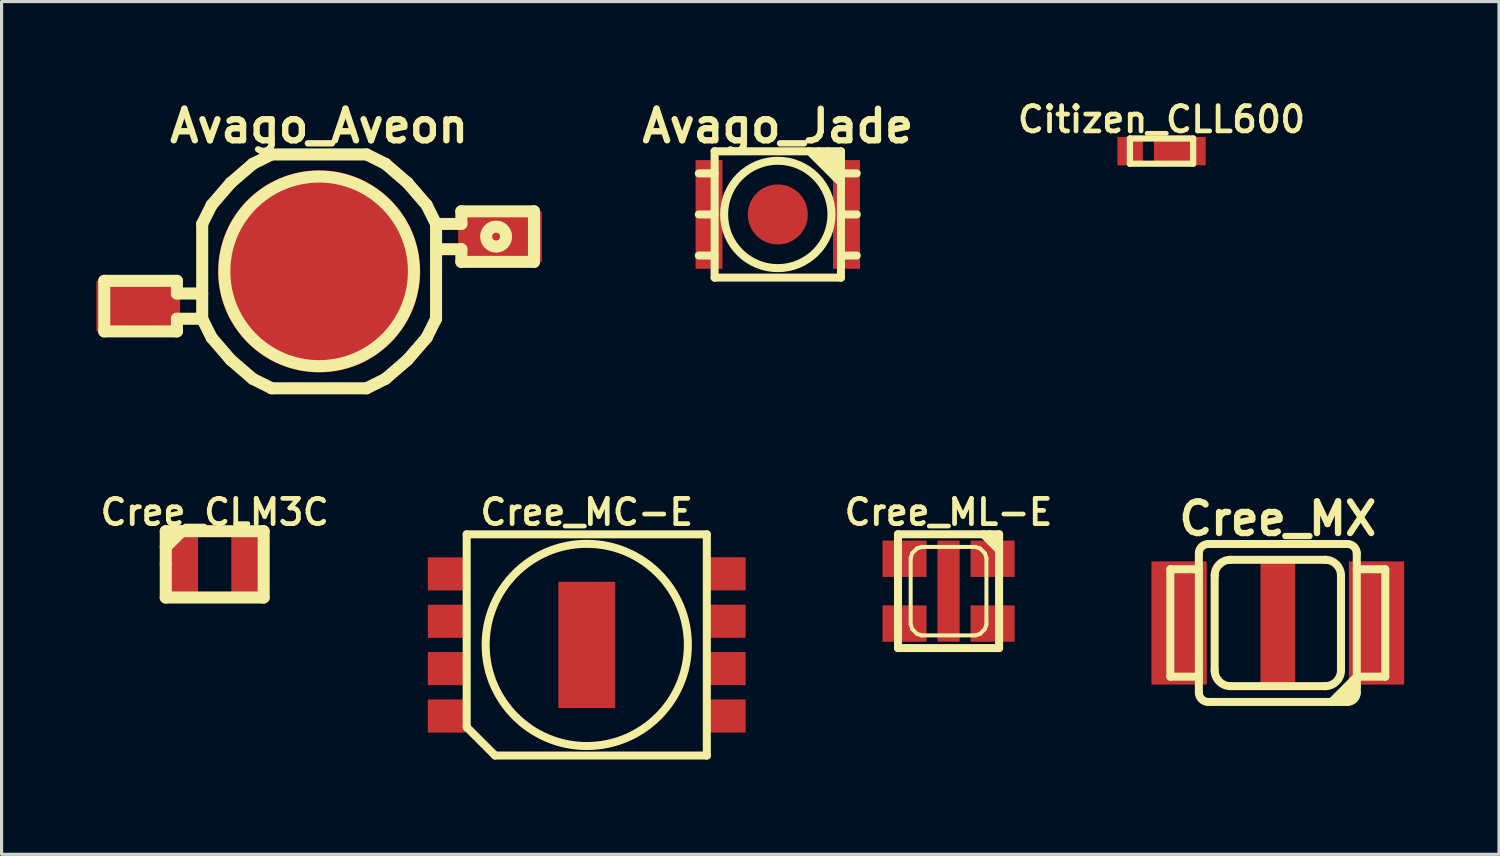
<source format=kicad_pcb>
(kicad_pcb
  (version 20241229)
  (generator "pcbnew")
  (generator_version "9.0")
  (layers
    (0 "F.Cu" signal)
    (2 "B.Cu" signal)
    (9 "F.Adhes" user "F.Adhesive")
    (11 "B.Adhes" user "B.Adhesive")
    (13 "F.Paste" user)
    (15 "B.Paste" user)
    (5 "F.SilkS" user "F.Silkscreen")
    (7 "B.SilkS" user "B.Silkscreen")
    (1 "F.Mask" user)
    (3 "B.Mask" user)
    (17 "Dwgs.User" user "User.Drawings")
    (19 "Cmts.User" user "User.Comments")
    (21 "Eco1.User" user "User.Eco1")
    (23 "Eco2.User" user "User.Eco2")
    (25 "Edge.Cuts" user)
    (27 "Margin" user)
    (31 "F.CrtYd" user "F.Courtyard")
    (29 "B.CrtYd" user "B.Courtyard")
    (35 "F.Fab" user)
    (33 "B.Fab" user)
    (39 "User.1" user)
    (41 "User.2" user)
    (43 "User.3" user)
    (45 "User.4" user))
  (footprint "Avago_Jade"
    (layer "F.Cu")
    (at 21.566 3.737)
    (property "Reference" "Avago_Jade" (at 0 -2.799 0) (layer "F.SilkS") (effects (font (size 1.001 1.001) (thickness 0.201))))
    (attr smd)
    (fp_line (start -1.999 -1.999) (end 1.999 -1.999) (stroke (width 0.254) (type solid)) (layer "F.SilkS"))
    (fp_line (start -1.999 -1.3) (end -2.499 -1.3) (stroke (width 0.254) (type solid)) (layer "F.SilkS"))
    (fp_line (start -1.999 0) (end -2.499 0) (stroke (width 0.254) (type solid)) (layer "F.SilkS"))
    (fp_line (start -1.999 1.3) (end -2.499 1.3) (stroke (width 0.254) (type solid)) (layer "F.SilkS"))
    (fp_line (start -1.999 1.999) (end -1.999 -1.999) (stroke (width 0.254) (type solid)) (layer "F.SilkS"))
    (fp_line (start 1.3 -1.999) (end 1.999 -1.3) (stroke (width 0.254) (type solid)) (layer "F.SilkS"))
    (fp_line (start 1.6 -1.999) (end 1.999 -1.6) (stroke (width 0.254) (type solid)) (layer "F.SilkS"))
    (fp_line (start 1.999 -1.999) (end 1.999 1.999) (stroke (width 0.254) (type solid)) (layer "F.SilkS"))
    (fp_line (start 1.999 -1.001) (end 1.001 -1.999) (stroke (width 0.254) (type solid)) (layer "F.SilkS"))
    (fp_line (start 1.999 1.999) (end -1.999 1.999) (stroke (width 0.254) (type solid)) (layer "F.SilkS"))
    (fp_line (start 2.499 -1.3) (end 1.999 -1.3) (stroke (width 0.254) (type solid)) (layer "F.SilkS"))
    (fp_line (start 2.499 0) (end 1.999 0) (stroke (width 0.254) (type solid)) (layer "F.SilkS"))
    (fp_line (start 2.499 1.3) (end 1.999 1.3) (stroke (width 0.254) (type solid)) (layer "F.SilkS"))
    (fp_circle (center 0 0) (end -1.699 0) (stroke (width 0.254) (type solid)) (fill no) (layer "F.SilkS"))
    (pad "1" smd rect (at -2.177 0) (size 0.851 3.439) (layers "F.Cu" "F.Mask" "F.Paste"))
    (pad "2" smd rect (at 2.174 0) (size 0.851 3.439) (layers "F.Cu" "F.Mask" "F.Paste"))
    (pad "3" smd circle (at 0 0) (size 1.9 1.9) (layers "F.Cu" "F.Mask" "F.Paste")))
  (footprint "Avago_Aveon"
    (layer "F.Cu")
    (at 7.05 5.538)
    (property "Reference" "Avago_Aveon" (at 0 -4.6 0) (layer "F.SilkS") (effects (font (size 1.001 1.001) (thickness 0.201))))
    (attr smd)
    (fp_line (start -6.8 0.3) (end -4.501 0.3) (stroke (width 0.381) (type solid)) (layer "F.SilkS"))
    (fp_line (start -6.8 1.9) (end -6.8 0.3) (stroke (width 0.381) (type solid)) (layer "F.SilkS"))
    (fp_line (start -6.8 1.9) (end -4.501 1.9) (stroke (width 0.381) (type solid)) (layer "F.SilkS"))
    (fp_line (start -4.501 0.3) (end -4.501 0.701) (stroke (width 0.381) (type solid)) (layer "F.SilkS"))
    (fp_line (start -4.501 0.701) (end -3.701 0.701) (stroke (width 0.381) (type solid)) (layer "F.SilkS"))
    (fp_line (start -4.501 1.501) (end -3.701 1.501) (stroke (width 0.381) (type solid)) (layer "F.SilkS"))
    (fp_line (start -4.501 1.9) (end -4.501 1.501) (stroke (width 0.381) (type solid)) (layer "F.SilkS"))
    (fp_line (start -3.701 -1.501) (end -3.401 -2.101) (stroke (width 0.381) (type solid)) (layer "F.SilkS"))
    (fp_line (start -3.701 1.501) (end -3.701 -1.501) (stroke (width 0.381) (type solid)) (layer "F.SilkS"))
    (fp_line (start -3.701 1.501) (end -3.401 2.101) (stroke (width 0.381) (type solid)) (layer "F.SilkS"))
    (fp_line (start -3.401 -2.101) (end -2.799 -2.799) (stroke (width 0.381) (type solid)) (layer "F.SilkS"))
    (fp_line (start -2.799 -2.799) (end -2.101 -3.401) (stroke (width 0.381) (type solid)) (layer "F.SilkS"))
    (fp_line (start -2.799 2.799) (end -3.401 2.101) (stroke (width 0.381) (type solid)) (layer "F.SilkS"))
    (fp_line (start -2.101 -3.401) (end -1.501 -3.701) (stroke (width 0.381) (type solid)) (layer "F.SilkS"))
    (fp_line (start -2.101 3.401) (end -2.799 2.799) (stroke (width 0.381) (type solid)) (layer "F.SilkS"))
    (fp_line (start -1.501 -3.701) (end 1.501 -3.701) (stroke (width 0.381) (type solid)) (layer "F.SilkS"))
    (fp_line (start -1.501 3.701) (end -2.101 3.401) (stroke (width 0.381) (type solid)) (layer "F.SilkS"))
    (fp_line (start 1.501 -3.701) (end 2.101 -3.401) (stroke (width 0.381) (type solid)) (layer "F.SilkS"))
    (fp_line (start 1.501 3.701) (end -1.501 3.701) (stroke (width 0.381) (type solid)) (layer "F.SilkS"))
    (fp_line (start 1.501 3.701) (end 2.101 3.401) (stroke (width 0.381) (type solid)) (layer "F.SilkS"))
    (fp_line (start 2.101 -3.401) (end 2.799 -2.799) (stroke (width 0.381) (type solid)) (layer "F.SilkS"))
    (fp_line (start 2.799 -2.799) (end 3.401 -2.101) (stroke (width 0.381) (type solid)) (layer "F.SilkS"))
    (fp_line (start 2.799 2.799) (end 2.101 3.401) (stroke (width 0.381) (type solid)) (layer "F.SilkS"))
    (fp_line (start 3.401 2.101) (end 2.799 2.799) (stroke (width 0.381) (type solid)) (layer "F.SilkS"))
    (fp_line (start 3.701 -1.501) (end 3.401 -2.101) (stroke (width 0.381) (type solid)) (layer "F.SilkS"))
    (fp_line (start 3.701 -1.501) (end 3.701 1.501) (stroke (width 0.381) (type solid)) (layer "F.SilkS"))
    (fp_line (start 3.701 1.501) (end 3.401 2.101) (stroke (width 0.381) (type solid)) (layer "F.SilkS"))
    (fp_line (start 4.501 -1.9) (end 4.501 -1.501) (stroke (width 0.381) (type solid)) (layer "F.SilkS"))
    (fp_line (start 4.501 -1.501) (end 3.701 -1.501) (stroke (width 0.381) (type solid)) (layer "F.SilkS"))
    (fp_line (start 4.501 -0.701) (end 3.701 -0.701) (stroke (width 0.381) (type solid)) (layer "F.SilkS"))
    (fp_line (start 4.501 -0.3) (end 4.501 -0.701) (stroke (width 0.381) (type solid)) (layer "F.SilkS"))
    (fp_line (start 6.8 -1.9) (end 4.501 -1.9) (stroke (width 0.381) (type solid)) (layer "F.SilkS"))
    (fp_line (start 6.8 -1.9) (end 6.8 -0.3) (stroke (width 0.381) (type solid)) (layer "F.SilkS"))
    (fp_line (start 6.8 -0.3) (end 4.501 -0.3) (stroke (width 0.381) (type solid)) (layer "F.SilkS"))
    (fp_circle (center 0 0) (end -3 0) (stroke (width 0.381) (type solid)) (fill no) (layer "F.SilkS"))
    (fp_circle (center 5.601 -1.1) (end 5.301 -1.001) (stroke (width 0.381) (type solid)) (fill no) (layer "F.SilkS"))
    (pad "1" smd rect (at -5.725 1.1) (size 2.649 1.6) (layers "F.Cu" "F.Mask" "F.Paste"))
    (pad "2" smd rect (at 5.725 -1.1) (size 2.649 1.6) (layers "F.Cu" "F.Mask" "F.Paste"))
    (pad "3" smd circle (at 0 0) (size 6.401 6.401) (layers "F.Cu" "F.Mask" "F.Paste")))
  (footprint "Citizen_CLL600"
    (layer "F.Cu")
    (at 33.71 1.732)
    (property "Reference" "Citizen_CLL600" (at 0 -1.001 0) (layer "F.SilkS") (effects (font (size 0.8 0.8) (thickness 0.15))))
    (attr smd)
    (fp_line (start -1.001 -0.399) (end 1.001 -0.399) (stroke (width 0.198) (type solid)) (layer "F.SilkS"))
    (fp_line (start -1.001 0.399) (end -1.001 -0.399) (stroke (width 0.198) (type solid)) (layer "F.SilkS"))
    (fp_line (start 1.001 -0.399) (end 1.001 0.399) (stroke (width 0.198) (type solid)) (layer "F.SilkS"))
    (fp_line (start 1.001 0.399) (end -1.001 0.399) (stroke (width 0.198) (type solid)) (layer "F.SilkS"))
    (pad "1" smd rect (at -0.993 0) (size 0.805 0.899) (layers "F.Cu" "F.Mask" "F.Paste"))
    (pad "2" smd rect (at 0.579 0) (size 1.638 0.899) (layers "F.Cu" "F.Mask" "F.Paste")))
  (footprint "Cree_MC-E"
    (layer "F.Cu")
    (at 15.52 17.361)
    (property "Reference" "Cree_MC-E" (at 0 -4.201 0) (layer "F.SilkS") (effects (font (size 0.8 0.8) (thickness 0.15))))
    (attr smd)
    (fp_line (start -3.8 2.601) (end -3.8 -3.5) (stroke (width 0.254) (type solid)) (layer "F.SilkS"))
    (fp_line (start -2.901 3.5) (end -3.8 2.601) (stroke (width 0.254) (type solid)) (layer "F.SilkS"))
    (fp_line (start -2.901 3.5) (end 3.8 3.5) (stroke (width 0.254) (type solid)) (layer "F.SilkS"))
    (fp_line (start 3.8 -3.5) (end -3.8 -3.5) (stroke (width 0.254) (type solid)) (layer "F.SilkS"))
    (fp_line (start 3.8 3.5) (end 3.8 -3.5) (stroke (width 0.254) (type solid)) (layer "F.SilkS"))
    (fp_circle (center 0 0) (end -3.2 0) (stroke (width 0.254) (type solid)) (fill no) (layer "F.SilkS"))
    (pad "1" smd rect (at -4.43 2.25) (size 1.199 1.049) (layers "F.Cu" "F.Mask" "F.Paste"))
    (pad "2" smd rect (at -4.43 0.749) (size 1.199 1.049) (layers "F.Cu" "F.Mask" "F.Paste"))
    (pad "3" smd rect (at -4.43 -0.749) (size 1.199 1.049) (layers "F.Cu" "F.Mask" "F.Paste"))
    (pad "4" smd rect (at -4.43 -2.248) (size 1.199 1.049) (layers "F.Cu" "F.Mask" "F.Paste"))
    (pad "5" smd rect (at 4.43 -2.25) (size 1.199 1.049) (layers "F.Cu" "F.Mask" "F.Paste"))
    (pad "6" smd rect (at 4.43 -0.749) (size 1.199 1.049) (layers "F.Cu" "F.Mask" "F.Paste"))
    (pad "7" smd rect (at 4.43 0.749) (size 1.199 1.049) (layers "F.Cu" "F.Mask" "F.Paste"))
    (pad "8" smd rect (at 4.43 2.25) (size 1.199 1.049) (layers "F.Cu" "F.Mask" "F.Paste"))
    (pad "9" smd rect (at 0 0) (size 1.798 3.998) (layers "F.Cu" "F.Mask" "F.Paste")))
  (footprint "Cree_MX"
    (layer "F.Cu")
    (at 37.391 16.666)
    (property "Reference" "Cree_MX" (at 0 -3.299 0) (layer "F.SilkS") (effects (font (size 1.001 1.001) (thickness 0.201))))
    (attr smd)
    (fp_line (start -3.401 -1.699) (end -3.401 1.699) (stroke (width 0.254) (type solid)) (layer "F.SilkS"))
    (fp_line (start -3.401 1.699) (end -2.499 1.699) (stroke (width 0.254) (type solid)) (layer "F.SilkS"))
    (fp_line (start -2.499 -2.2) (end -2.499 2.2) (stroke (width 0.254) (type solid)) (layer "F.SilkS"))
    (fp_line (start -2.499 -1.699) (end -3.401 -1.699) (stroke (width 0.254) (type solid)) (layer "F.SilkS"))
    (fp_line (start -2.2 2.499) (end 2.2 2.499) (stroke (width 0.254) (type solid)) (layer "F.SilkS"))
    (fp_line (start -1.999 -1.501) (end -1.999 1.501) (stroke (width 0.254) (type solid)) (layer "F.SilkS"))
    (fp_line (start -1.501 1.999) (end 1.501 1.999) (stroke (width 0.254) (type solid)) (layer "F.SilkS"))
    (fp_line (start 1.501 -1.999) (end -1.501 -1.999) (stroke (width 0.254) (type solid)) (layer "F.SilkS"))
    (fp_line (start 1.999 1.501) (end 1.999 -1.501) (stroke (width 0.254) (type solid)) (layer "F.SilkS"))
    (fp_line (start 1.999 2.499) (end 2.499 1.999) (stroke (width 0.254) (type solid)) (layer "F.SilkS"))
    (fp_line (start 2.2 -2.499) (end -2.2 -2.499) (stroke (width 0.254) (type solid)) (layer "F.SilkS"))
    (fp_line (start 2.499 1.699) (end 1.699 2.499) (stroke (width 0.254) (type solid)) (layer "F.SilkS"))
    (fp_line (start 2.499 1.699) (end 3.401 1.699) (stroke (width 0.254) (type solid)) (layer "F.SilkS"))
    (fp_line (start 2.499 2.2) (end 2.499 -2.2) (stroke (width 0.254) (type solid)) (layer "F.SilkS"))
    (fp_line (start 3.401 -1.699) (end 2.499 -1.699) (stroke (width 0.254) (type solid)) (layer "F.SilkS"))
    (fp_line (start 3.401 1.699) (end 3.401 -1.699) (stroke (width 0.254) (type solid)) (layer "F.SilkS"))
    (fp_arc (start -2.49936 -2.19964) (mid -2.411574 -2.411574) (end -2.19964 -2.49936) (stroke (width 0.254) (type solid)) (layer "F.SilkS"))
    (fp_arc (start -2.19964 2.49936) (mid -2.411574 2.411574) (end -2.49936 2.19964) (stroke (width 0.254) (type solid)) (layer "F.SilkS"))
    (fp_arc (start -1.99898 -1.50114) (mid -1.853166 -1.853166) (end -1.50114 -1.99898) (stroke (width 0.254) (type solid)) (layer "F.SilkS"))
    (fp_arc (start -1.50114 1.99898) (mid -1.853166 1.853166) (end -1.99898 1.50114) (stroke (width 0.254) (type solid)) (layer "F.SilkS"))
    (fp_arc (start 1.50114 -1.99898) (mid 1.853166 -1.853166) (end 1.99898 -1.50114) (stroke (width 0.254) (type solid)) (layer "F.SilkS"))
    (fp_arc (start 1.99898 1.50114) (mid 1.853166 1.853166) (end 1.50114 1.99898) (stroke (width 0.254) (type solid)) (layer "F.SilkS"))
    (fp_arc (start 2.19964 -2.49936) (mid 2.411574 -2.411574) (end 2.49936 -2.19964) (stroke (width 0.254) (type solid)) (layer "F.SilkS"))
    (fp_arc (start 2.49936 2.19964) (mid 2.411574 2.411574) (end 2.19964 2.49936) (stroke (width 0.254) (type solid)) (layer "F.SilkS"))
    (pad "1" smd rect (at -3.124 0) (size 1.75 3.899) (layers "F.Cu" "F.Mask" "F.Paste"))
    (pad "2" smd rect (at 3.124 0) (size 1.75 3.899) (layers "F.Cu" "F.Mask" "F.Paste"))
    (pad "3" smd rect (at 0 0) (size 1.1 3.899) (layers "F.Cu" "F.Mask" "F.Paste")))
  (footprint "Cree_CLM3C"
    (layer "F.Cu")
    (at 3.745 14.811)
    (property "Reference" "Cree_CLM3C" (at 0 -1.651 0) (layer "F.SilkS") (effects (font (size 0.8 0.8) (thickness 0.15))))
    (attr smd)
    (fp_line (start -1.549 -1.049) (end 1.549 -1.049) (stroke (width 0.381) (type solid)) (layer "F.SilkS"))
    (fp_line (start -1.549 -0.551) (end -1.049 -1.049) (stroke (width 0.381) (type solid)) (layer "F.SilkS"))
    (fp_line (start -1.549 0) (end -1.549 -1.049) (stroke (width 0.381) (type solid)) (layer "F.SilkS"))
    (fp_line (start -1.549 1.049) (end -1.549 0) (stroke (width 0.381) (type solid)) (layer "F.SilkS"))
    (fp_line (start 1.549 -1.049) (end 1.549 1.049) (stroke (width 0.381) (type solid)) (layer "F.SilkS"))
    (fp_line (start 1.549 1.049) (end -1.549 1.049) (stroke (width 0.381) (type solid)) (layer "F.SilkS"))
    (pad "1" smd rect (at -1.125 0) (size 1.199 1.801) (layers "F.Cu" "F.Mask" "F.Paste"))
    (pad "2" smd rect (at 1.125 0) (size 1.199 1.801) (layers "F.Cu" "F.Mask" "F.Paste")))
  (footprint "Cree_ML-E"
    (layer "F.Cu")
    (at 26.97 15.659)
    (property "Reference" "Cree_ML-E" (at 0 -2.499 0) (layer "F.SilkS") (effects (font (size 0.8 0.8) (thickness 0.15))))
    (attr smd)
    (fp_line (start -1.6 -1.801) (end 1.6 -1.801) (stroke (width 0.254) (type solid)) (layer "F.SilkS"))
    (fp_line (start -1.6 1.801) (end -1.6 -1.801) (stroke (width 0.254) (type solid)) (layer "F.SilkS"))
    (fp_line (start -1.199 -1.049) (end -1.199 1.049) (stroke (width 0.127) (type solid)) (layer "F.SilkS"))
    (fp_line (start -1.199 1.049) (end -1.151 1.199) (stroke (width 0.127) (type solid)) (layer "F.SilkS"))
    (fp_line (start -1.151 -1.199) (end -1.199 -1.049) (stroke (width 0.127) (type solid)) (layer "F.SilkS"))
    (fp_line (start -1.151 1.199) (end -1.001 1.349) (stroke (width 0.127) (type solid)) (layer "F.SilkS"))
    (fp_line (start -1.001 -1.349) (end -1.151 -1.199) (stroke (width 0.127) (type solid)) (layer "F.SilkS"))
    (fp_line (start -0.851 -1.4) (end -1.001 -1.349) (stroke (width 0.127) (type solid)) (layer "F.SilkS"))
    (fp_line (start -0.851 -1.4) (end -0.8 -1.4) (stroke (width 0.127) (type solid)) (layer "F.SilkS"))
    (fp_line (start -0.851 1.4) (end -1.001 1.349) (stroke (width 0.127) (type solid)) (layer "F.SilkS"))
    (fp_line (start -0.851 1.4) (end 0.851 1.4) (stroke (width 0.127) (type solid)) (layer "F.SilkS"))
    (fp_line (start 0.851 -1.4) (end -0.851 -1.4) (stroke (width 0.127) (type solid)) (layer "F.SilkS"))
    (fp_line (start 0.851 1.4) (end 1.001 1.349) (stroke (width 0.127) (type solid)) (layer "F.SilkS"))
    (fp_line (start 1.001 -1.349) (end 0.851 -1.4) (stroke (width 0.127) (type solid)) (layer "F.SilkS"))
    (fp_line (start 1.1 -1.801) (end 1.6 -1.3) (stroke (width 0.254) (type solid)) (layer "F.SilkS"))
    (fp_line (start 1.151 -1.199) (end 1.001 -1.349) (stroke (width 0.127) (type solid)) (layer "F.SilkS"))
    (fp_line (start 1.151 1.199) (end 1.001 1.349) (stroke (width 0.127) (type solid)) (layer "F.SilkS"))
    (fp_line (start 1.199 -1.049) (end 1.151 -1.199) (stroke (width 0.127) (type solid)) (layer "F.SilkS"))
    (fp_line (start 1.199 1.049) (end 1.151 1.199) (stroke (width 0.127) (type solid)) (layer "F.SilkS"))
    (fp_line (start 1.199 1.049) (end 1.199 -1.049) (stroke (width 0.127) (type solid)) (layer "F.SilkS"))
    (fp_line (start 1.3 -1.801) (end 1.6 -1.501) (stroke (width 0.254) (type solid)) (layer "F.SilkS"))
    (fp_line (start 1.6 -1.801) (end 1.6 1.801) (stroke (width 0.254) (type solid)) (layer "F.SilkS"))
    (fp_line (start 1.6 1.801) (end -1.6 1.801) (stroke (width 0.254) (type solid)) (layer "F.SilkS"))
    (pad "1" smd rect (at -1.394 -1.026) (size 1.394 1.151) (layers "F.Cu" "F.Mask" "F.Paste"))
    (pad "2" smd rect (at -1.394 1.026) (size 1.394 1.151) (layers "F.Cu" "F.Mask" "F.Paste"))
    (pad "3" smd rect (at 1.394 1.026) (size 1.394 1.151) (layers "F.Cu" "F.Mask" "F.Paste"))
    (pad "4" smd rect (at 1.394 -1.026) (size 1.394 1.151) (layers "F.Cu" "F.Mask" "F.Paste"))
    (pad "5" smd rect (at 0 0) (size 0.701 3.2) (layers "F.Cu" "F.Mask" "F.Paste")))
  (gr_rect
    (start -3 -3)
    (end 44.39 23.988)
    (stroke (width 0.1) (type default))
    (fill no)
    (layer "Edge.Cuts")))
</source>
